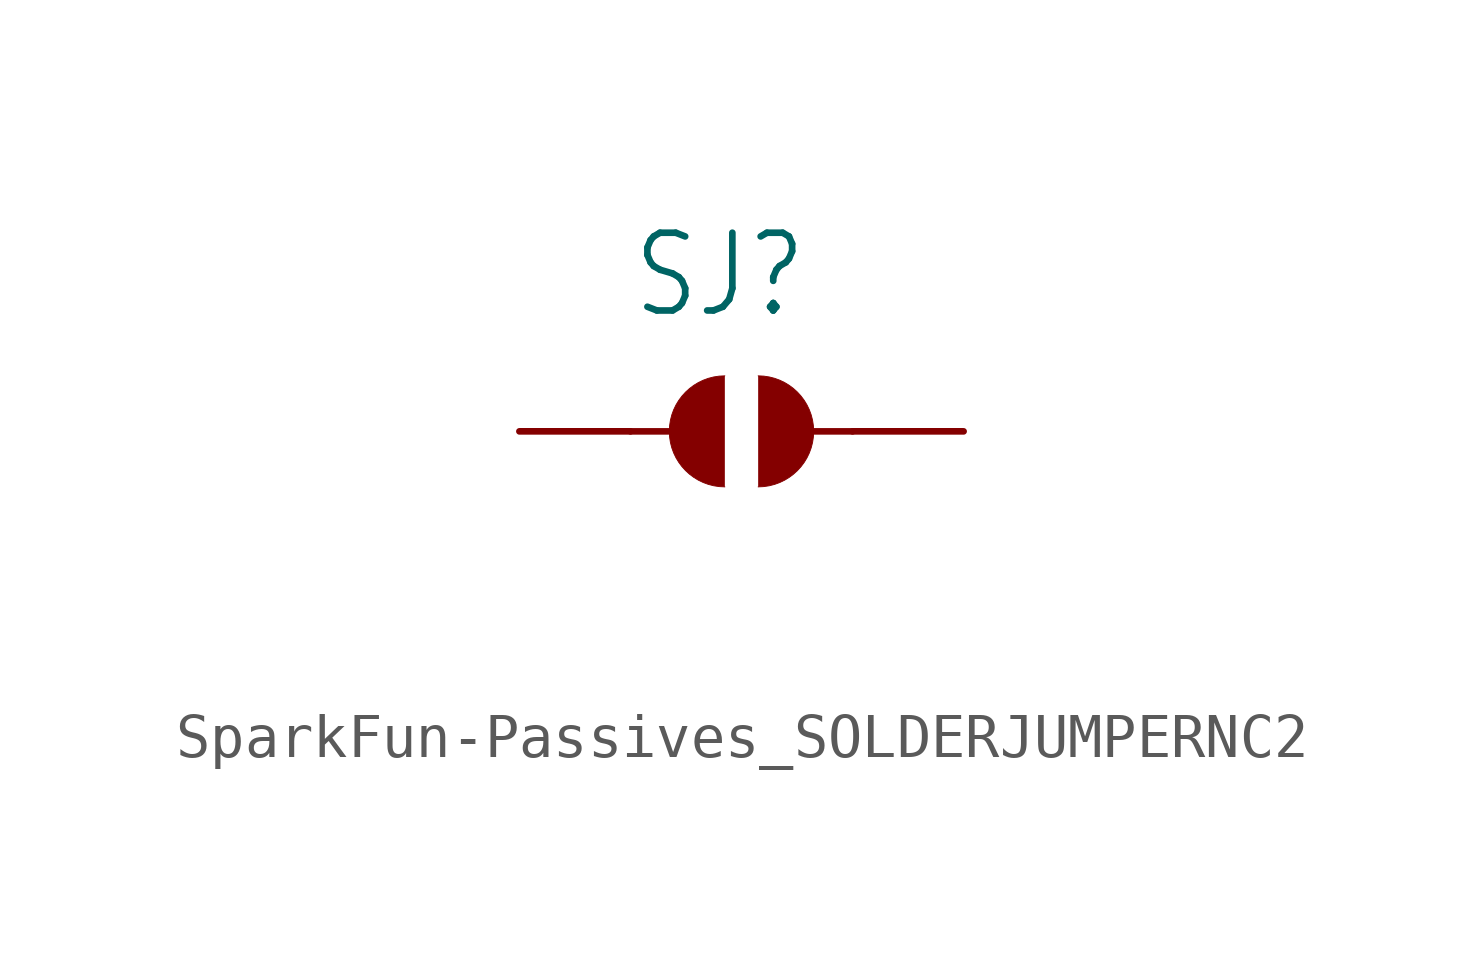
<source format=kicad_sym>
(kicad_symbol_lib
  (version 20241209)
  (generator "kicad_symbol_editor")
  (generator_version "9.0")
  (symbol "SparkFun-Passives_SOLDERJUMPERNC2"
    (property "Reference" "SJ"
      (at -2.54 2.54 0)
      (effects (font (size 1.778 1.511)) (justify left bottom)))
    (property "Value" ""
      (at -2.54 -5.08 0)
      (effects (font (size 1.778 1.511)) (justify left bottom)))
    (property "ki_locked" ""
      (at 0 0 0)
      (effects (font (size 1.27 1.27))))
    (symbol "SparkFun-Passives_SOLDERJUMPERNC2_1_0"
      (polyline (pts (xy -2.54 0) (xy -1.651 0)) (stroke (width 0.152) (type solid)) (fill (type none)))
      (arc (start -0.381 -1.27) (mid -1.651 0) (end -0.381 1.27) (stroke (width 0.0001) (type solid)) (fill (type outline)))
      (arc (start 0.381 1.27) (mid 1.651 0) (end 0.381 -1.27) (stroke (width 0.0001) (type solid)) (fill (type outline)))
      (polyline (pts (xy 2.54 0) (xy 1.651 0)) (stroke (width 0.152) (type solid)) (fill (type none)))
      (pin passive line (at -5.08 0 0) (length 2.54) (name "1" (effects (font (size 0 0)))) (number "1" (effects (font (size 0 0)))))
      (pin passive line (at 5.08 0 180) (length 2.54) (name "2" (effects (font (size 0 0)))) (number "2" (effects (font (size 0 0))))))))
</source>
